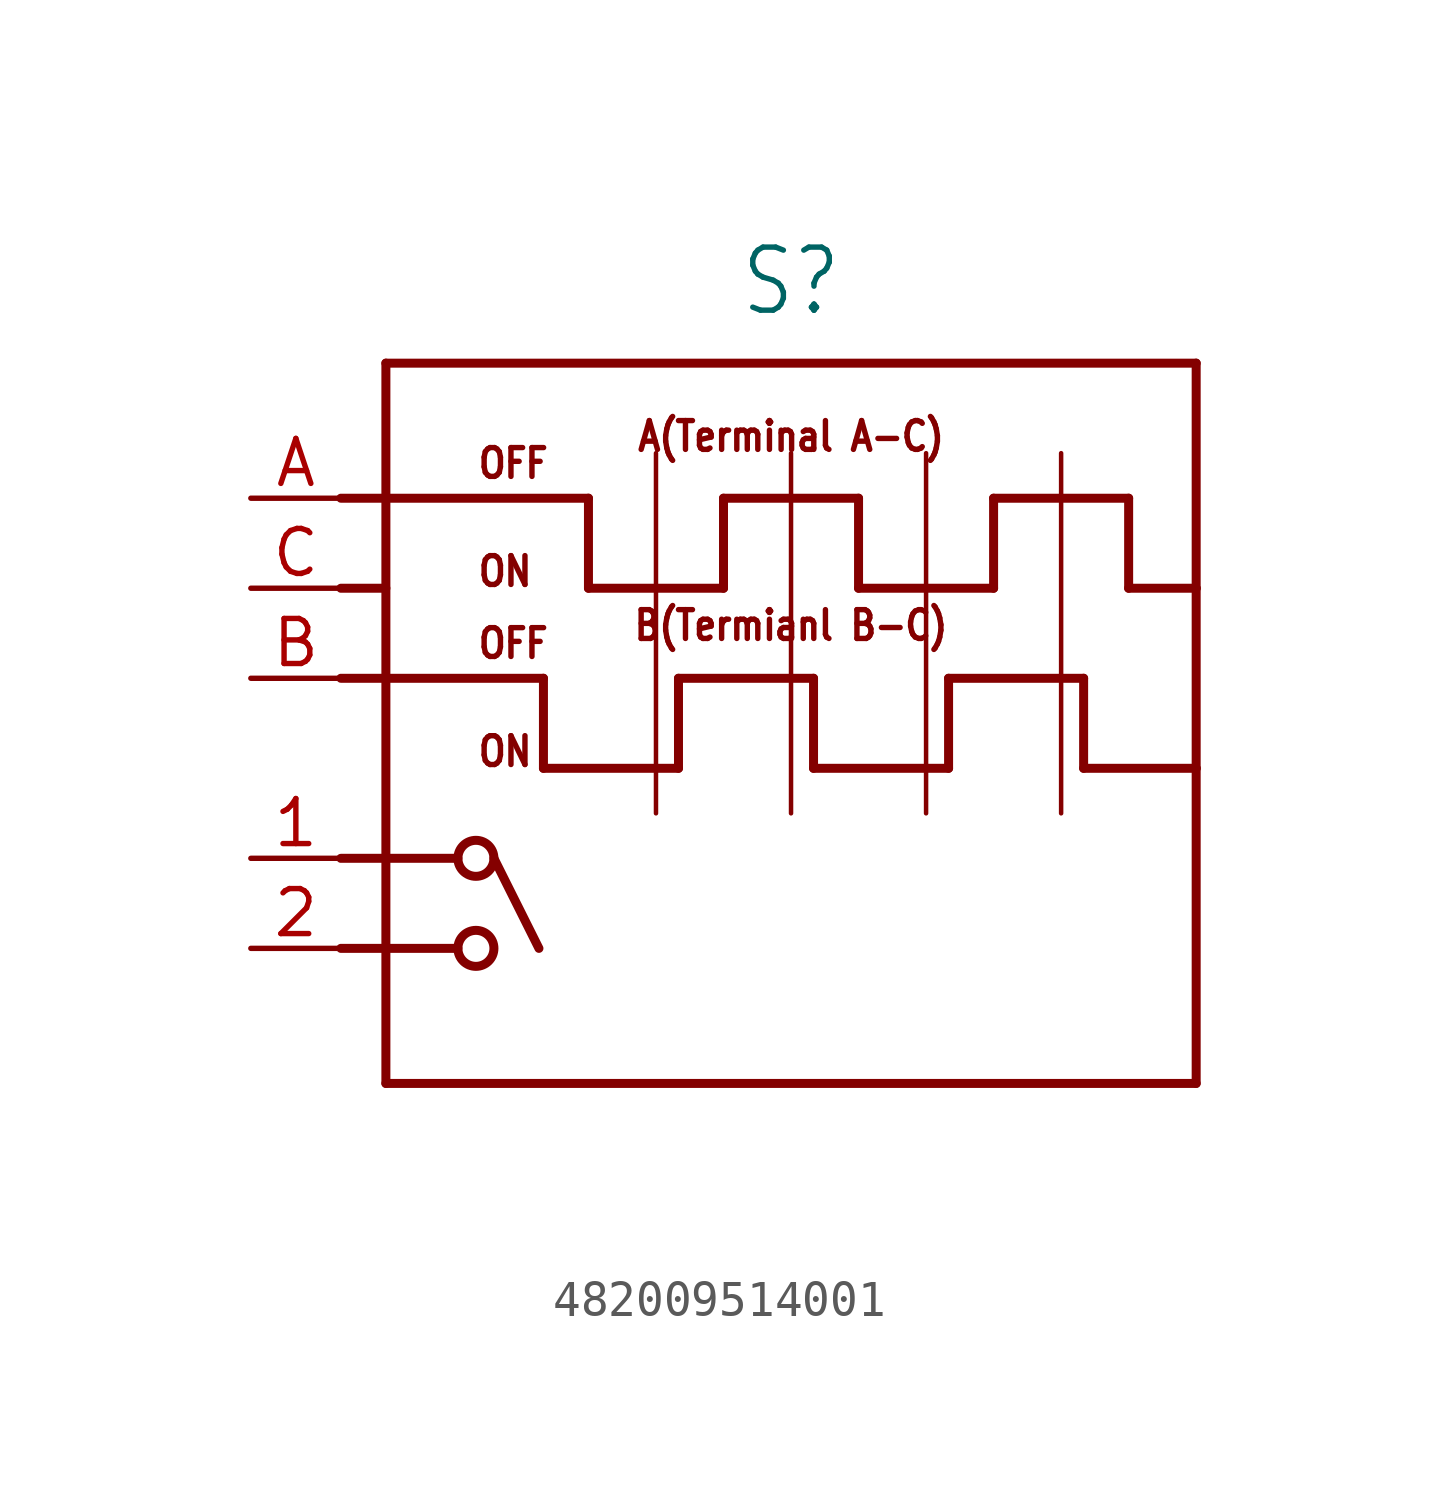
<source format=kicad_sym>
(kicad_symbol_lib
  (version 20241209)
  (generator "kicad_symbol_editor")
  (generator_version "9.0")
  (symbol "482009514001"
    (property "Reference" "S"
      (at 0 12.7 0)
      (effects (font (size 1.778 1.511)) (justify bottom)))
    (property "Value" ""
      (at 0 -11.43 0)
      (effects (font (size 1.778 1.511)) (justify bottom)))
    (property "ki_locked" ""
      (at 0 0 0)
      (effects (font (size 1.27 1.27))))
    (symbol "482009514001_1_0"
      (polyline (pts (xy -12.7 2.54) (xy -6.985 2.54)) (stroke (width 0.254) (type solid)) (fill (type none)))
      (polyline (pts (xy -12.7 -2.54) (xy -9.398 -2.54)) (stroke (width 0.254) (type solid)) (fill (type none)))
      (polyline (pts (xy -12.7 -5.08) (xy -9.398 -5.08)) (stroke (width 0.254) (type solid)) (fill (type none)))
      (polyline (pts (xy -11.43 11.43) (xy -11.43 -8.89)) (stroke (width 0.254) (type solid)) (fill (type none)))
      (polyline (pts (xy -11.43 5.08) (xy -12.7 5.08)) (stroke (width 0.254) (type solid)) (fill (type none)))
      (polyline (pts (xy -11.43 -8.89) (xy 11.43 -8.89)) (stroke (width 0.254) (type solid)) (fill (type none)))
      (circle (center -8.89 -2.54) (radius 0.508) (stroke (width 0.254) (type solid)) (fill (type none)))
      (circle (center -8.89 -5.08) (radius 0.508) (stroke (width 0.254) (type solid)) (fill (type none)))
      (polyline (pts (xy -8.382 -2.54) (xy -7.112 -5.08)) (stroke (width 0.254) (type solid)) (fill (type none)))
      (polyline (pts (xy -6.985 2.54) (xy -6.985 0)) (stroke (width 0.254) (type solid)) (fill (type none)))
      (polyline (pts (xy -6.985 0) (xy -3.175 0)) (stroke (width 0.254) (type solid)) (fill (type none)))
      (polyline (pts (xy -5.715 7.62) (xy -5.715 5.08)) (stroke (width 0.254) (type solid)) (fill (type none)))
      (polyline (pts (xy -5.715 7.62) (xy -12.7 7.62)) (stroke (width 0.254) (type solid)) (fill (type none)))
      (polyline (pts (xy -5.715 5.08) (xy -1.905 5.08)) (stroke (width 0.254) (type solid)) (fill (type none)))
      (polyline (pts (xy -3.81 8.89) (xy -3.81 -1.27)) (stroke (width 0.127) (type solid)) (fill (type none)))
      (polyline (pts (xy -3.175 2.54) (xy 0.635 2.54)) (stroke (width 0.254) (type solid)) (fill (type none)))
      (polyline (pts (xy -3.175 0) (xy -3.175 2.54)) (stroke (width 0.254) (type solid)) (fill (type none)))
      (polyline (pts (xy -1.905 7.62) (xy 1.905 7.62)) (stroke (width 0.254) (type solid)) (fill (type none)))
      (polyline (pts (xy -1.905 5.08) (xy -1.905 7.62)) (stroke (width 0.254) (type solid)) (fill (type none)))
      (polyline (pts (xy 0 8.89) (xy 0 -1.27)) (stroke (width 0.127) (type solid)) (fill (type none)))
      (polyline (pts (xy 0.635 2.54) (xy 0.635 0)) (stroke (width 0.254) (type solid)) (fill (type none)))
      (polyline (pts (xy 0.635 0) (xy 4.445 0)) (stroke (width 0.254) (type solid)) (fill (type none)))
      (polyline (pts (xy 1.905 7.62) (xy 1.905 5.08)) (stroke (width 0.254) (type solid)) (fill (type none)))
      (polyline (pts (xy 1.905 5.08) (xy 5.715 5.08)) (stroke (width 0.254) (type solid)) (fill (type none)))
      (polyline (pts (xy 3.81 8.89) (xy 3.81 -1.27)) (stroke (width 0.127) (type solid)) (fill (type none)))
      (polyline (pts (xy 4.445 2.54) (xy 8.255 2.54)) (stroke (width 0.254) (type solid)) (fill (type none)))
      (polyline (pts (xy 4.445 0) (xy 4.445 2.54)) (stroke (width 0.254) (type solid)) (fill (type none)))
      (polyline (pts (xy 5.715 7.62) (xy 9.525 7.62)) (stroke (width 0.254) (type solid)) (fill (type none)))
      (polyline (pts (xy 5.715 5.08) (xy 5.715 7.62)) (stroke (width 0.254) (type solid)) (fill (type none)))
      (polyline (pts (xy 7.62 8.89) (xy 7.62 -1.27)) (stroke (width 0.127) (type solid)) (fill (type none)))
      (polyline (pts (xy 8.255 2.54) (xy 8.255 0)) (stroke (width 0.254) (type solid)) (fill (type none)))
      (polyline (pts (xy 8.255 0) (xy 11.43 0)) (stroke (width 0.254) (type solid)) (fill (type none)))
      (polyline (pts (xy 9.525 7.62) (xy 9.525 5.08)) (stroke (width 0.254) (type solid)) (fill (type none)))
      (polyline (pts (xy 9.525 5.08) (xy 11.43 5.08)) (stroke (width 0.254) (type solid)) (fill (type none)))
      (polyline (pts (xy 11.43 11.43) (xy -11.43 11.43)) (stroke (width 0.254) (type solid)) (fill (type none)))
      (polyline (pts (xy 11.43 5.08) (xy 11.43 11.43)) (stroke (width 0.254) (type solid)) (fill (type none)))
      (polyline (pts (xy 11.43 0) (xy 11.43 5.08)) (stroke (width 0.254) (type solid)) (fill (type none)))
      (polyline (pts (xy 11.43 -8.89) (xy 11.43 0)) (stroke (width 0.254) (type solid)) (fill (type none)))
      (text "OFF" (at -8.89 8.128 0) (effects (font (size 0.813 0.691)) (justify left bottom)))
      (text "ON" (at -8.89 5.08 0) (effects (font (size 0.813 0.691)) (justify left bottom)))
      (text "OFF" (at -8.89 3.048 0) (effects (font (size 0.813 0.691)) (justify left bottom)))
      (text "ON" (at -8.89 0 0) (effects (font (size 0.813 0.691)) (justify left bottom)))
      (text "A(Terminal A-C)" (at 0 8.89 0) (effects (font (size 0.813 0.691)) (justify bottom)))
      (text "B(Termianl B-C)" (at 0 3.556 0) (effects (font (size 0.813 0.691)) (justify bottom)))
      (pin passive line (at -15.24 7.62 0) (length 2.54) (name "A" (effects (font (size 0 0)))) (number "A" (effects (font (size 1.27 1.27)))))
      (pin passive line (at -15.24 5.08 0) (length 2.54) (name "COM" (effects (font (size 0 0)))) (number "C" (effects (font (size 1.27 1.27)))))
      (pin passive line (at -15.24 2.54 0) (length 2.54) (name "B" (effects (font (size 0 0)))) (number "B" (effects (font (size 1.27 1.27)))))
      (pin passive line (at -15.24 -2.54 0) (length 2.54) (name "1" (effects (font (size 0 0)))) (number "1" (effects (font (size 1.27 1.27)))))
      (pin passive line (at -15.24 -5.08 0) (length 2.54) (name "2" (effects (font (size 0 0)))) (number "2" (effects (font (size 1.27 1.27))))))))
</source>
